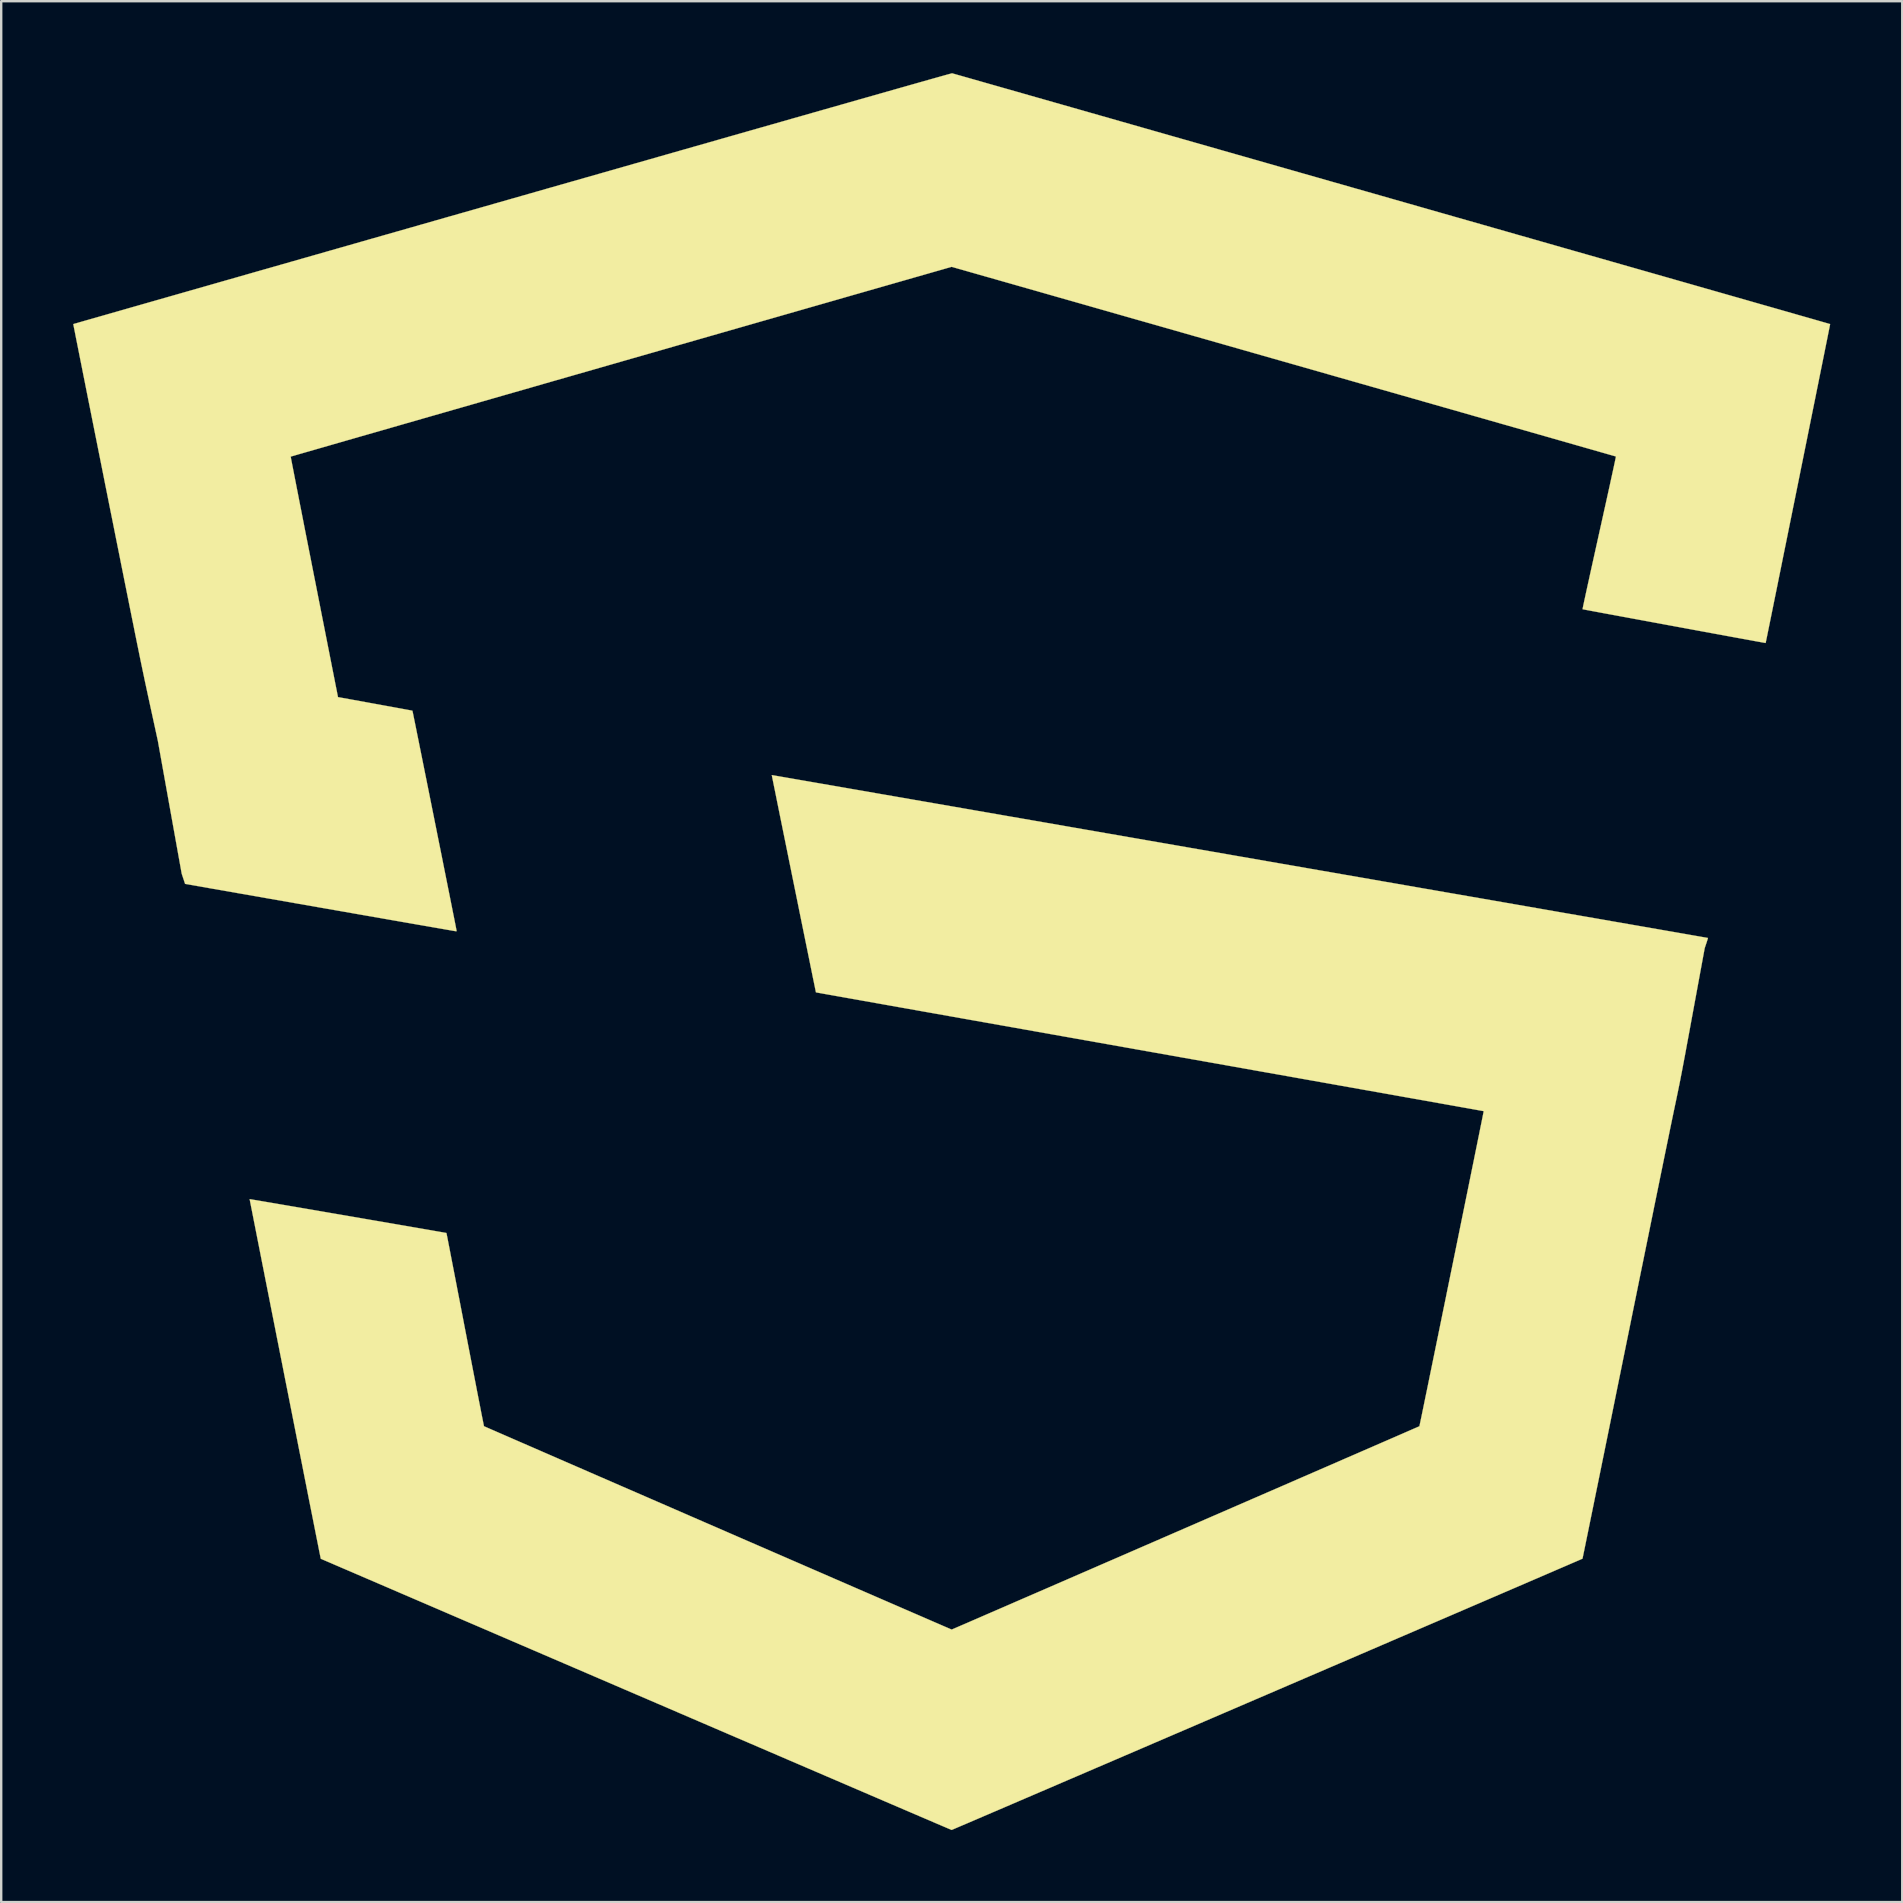
<source format=kicad_pcb>
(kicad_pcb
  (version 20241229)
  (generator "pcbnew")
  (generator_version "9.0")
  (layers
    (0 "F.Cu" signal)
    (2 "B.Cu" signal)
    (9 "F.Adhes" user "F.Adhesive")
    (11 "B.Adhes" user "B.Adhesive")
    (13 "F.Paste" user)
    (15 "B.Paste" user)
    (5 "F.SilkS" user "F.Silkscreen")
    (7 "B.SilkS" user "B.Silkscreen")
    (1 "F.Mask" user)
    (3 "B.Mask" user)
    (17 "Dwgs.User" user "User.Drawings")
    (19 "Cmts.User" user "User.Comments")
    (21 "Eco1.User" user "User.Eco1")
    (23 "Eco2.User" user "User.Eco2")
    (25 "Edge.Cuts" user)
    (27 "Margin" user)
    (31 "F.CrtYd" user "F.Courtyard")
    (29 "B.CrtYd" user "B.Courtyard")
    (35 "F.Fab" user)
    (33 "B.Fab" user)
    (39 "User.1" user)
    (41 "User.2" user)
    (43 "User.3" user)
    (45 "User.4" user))
  (footprint "SCShield"
    (layer "F.Cu")
    (at 36.603 36.603)
    (property "Reference" "SCShield" (at 0 0 0) (layer "F.SilkS") (effects (font (size 1.524 1.524) (thickness 0.3))))
    (attr through_hole)
    (fp_poly (pts (xy 10.248 -19.156) (xy 10.704 -19.027) (xy 11.156 -18.899) (xy 11.602 -18.773) (xy 12.043 -18.649) (xy 12.477 -18.526) (xy 12.904 -18.405) (xy 13.324 -18.286) (xy 13.737 -18.169) (xy 14.142 -18.055) (xy 14.538 -17.943) (xy 14.926 -17.833) (xy 15.304 -17.726) (xy 15.673 -17.622) (xy 16.032 -17.52) (xy 16.38 -17.422) (xy 16.717 -17.327) (xy 17.042 -17.235) (xy 17.356 -17.146) (xy 17.658 -17.06) (xy 17.946 -16.979) (xy 18.222 -16.901) (xy 18.484 -16.827) (xy 18.732 -16.756) (xy 18.966 -16.69) (xy 19.185 -16.628) (xy 19.389 -16.57) (xy 19.577 -16.517) (xy 19.748 -16.469) (xy 19.903 -16.425) (xy 20.042 -16.385) (xy 20.162 -16.351) (xy 20.265 -16.322) (xy 20.35 -16.298) (xy 20.416 -16.279) (xy 20.462 -16.266) (xy 20.49 -16.258) (xy 20.497 -16.256) (xy 20.495 -16.246) (xy 20.489 -16.215) (xy 20.48 -16.165) (xy 20.466 -16.097) (xy 20.45 -16.011) (xy 20.429 -15.909) (xy 20.406 -15.79) (xy 20.379 -15.656) (xy 20.35 -15.507) (xy 20.318 -15.345) (xy 20.283 -15.169) (xy 20.246 -14.982) (xy 20.206 -14.783) (xy 20.164 -14.573) (xy 20.12 -14.354) (xy 20.075 -14.125) (xy 20.028 -13.888) (xy 19.979 -13.643) (xy 19.929 -13.392) (xy 19.877 -13.135) (xy 19.825 -12.872) (xy 19.772 -12.605) (xy 19.718 -12.334) (xy 19.663 -12.061) (xy 19.608 -11.785) (xy 19.553 -11.508) (xy 19.497 -11.23) (xy 19.442 -10.953) (xy 19.386 -10.677) (xy 19.332 -10.402) (xy 19.277 -10.13) (xy 19.223 -9.861) (xy 19.17 -9.597) (xy 19.118 -9.337) (xy 19.067 -9.083) (xy 19.018 -8.835) (xy 18.97 -8.595) (xy 18.923 -8.362) (xy 18.878 -8.139) (xy 18.835 -7.925) (xy 18.794 -7.721) (xy 18.756 -7.528) (xy 18.719 -7.347) (xy 18.685 -7.179) (xy 18.654 -7.024) (xy 18.626 -6.884) (xy 18.6 -6.758) (xy 18.578 -6.649) (xy 18.559 -6.555) (xy 18.544 -6.479) (xy 18.532 -6.422) (xy 18.524 -6.383) (xy 18.52 -6.363) (xy 18.519 -6.361) (xy 18.508 -6.363) (xy 18.477 -6.368) (xy 18.427 -6.376) (xy 18.358 -6.388) (xy 18.272 -6.404) (xy 18.168 -6.423) (xy 18.047 -6.444) (xy 17.911 -6.469) (xy 17.76 -6.497) (xy 17.595 -6.527) (xy 17.416 -6.559) (xy 17.224 -6.594) (xy 17.021 -6.632) (xy 16.806 -6.671) (xy 16.58 -6.713) (xy 16.345 -6.756) (xy 16.1 -6.801) (xy 15.847 -6.848) (xy 15.586 -6.896) (xy 15.318 -6.945) (xy 15.045 -6.996) (xy 14.765 -7.047) (xy 14.698 -7.06) (xy 10.882 -7.766) (xy 10.888 -7.803) (xy 10.892 -7.818) (xy 10.899 -7.852) (xy 10.911 -7.904) (xy 10.928 -7.973) (xy 10.948 -8.058) (xy 10.971 -8.157) (xy 10.998 -8.27) (xy 11.027 -8.395) (xy 11.059 -8.531) (xy 11.094 -8.677) (xy 11.131 -8.831) (xy 11.169 -8.993) (xy 11.209 -9.161) (xy 11.239 -9.285) (xy 11.279 -9.456) (xy 11.318 -9.621) (xy 11.356 -9.779) (xy 11.391 -9.93) (xy 11.424 -10.071) (xy 11.455 -10.201) (xy 11.482 -10.321) (xy 11.507 -10.427) (xy 11.528 -10.52) (xy 11.545 -10.598) (xy 11.559 -10.659) (xy 11.568 -10.703) (xy 11.573 -10.729) (xy 11.573 -10.735) (xy 11.563 -10.739) (xy 11.532 -10.748) (xy 11.483 -10.763) (xy 11.414 -10.783) (xy 11.328 -10.808) (xy 11.225 -10.839) (xy 11.104 -10.874) (xy 10.967 -10.914) (xy 10.814 -10.959) (xy 10.647 -11.008) (xy 10.464 -11.062) (xy 10.268 -11.12) (xy 10.058 -11.181) (xy 9.835 -11.246) (xy 9.6 -11.315) (xy 9.353 -11.388) (xy 9.095 -11.463) (xy 8.826 -11.542) (xy 8.548 -11.624) (xy 8.259 -11.708) (xy 7.962 -11.795) (xy 7.657 -11.885) (xy 7.344 -11.976) (xy 7.024 -12.07) (xy 6.697 -12.166) (xy 6.364 -12.263) (xy 6.025 -12.362) (xy 5.783 -12.433) (xy 0.003 -14.125) (xy -5.711 -12.432) (xy -6.051 -12.331) (xy -6.386 -12.232) (xy -6.715 -12.134) (xy -7.037 -12.039) (xy -7.353 -11.945) (xy -7.662 -11.853) (xy -7.963 -11.764) (xy -8.255 -11.677) (xy -8.538 -11.593) (xy -8.811 -11.512) (xy -9.075 -11.434) (xy -9.327 -11.359) (xy -9.568 -11.288) (xy -9.797 -11.22) (xy -10.014 -11.155) (xy -10.217 -11.095) (xy -10.407 -11.039) (xy -10.583 -10.986) (xy -10.743 -10.939) (xy -10.889 -10.895) (xy -11.018 -10.857) (xy -11.131 -10.823) (xy -11.226 -10.795) (xy -11.304 -10.772) (xy -11.364 -10.754) (xy -11.405 -10.741) (xy -11.427 -10.735) (xy -11.43 -10.734) (xy -11.428 -10.723) (xy -11.422 -10.692) (xy -11.413 -10.642) (xy -11.399 -10.572) (xy -11.382 -10.484) (xy -11.361 -10.378) (xy -11.337 -10.254) (xy -11.31 -10.113) (xy -11.279 -9.955) (xy -11.245 -9.782) (xy -11.208 -9.593) (xy -11.168 -9.39) (xy -11.125 -9.172) (xy -11.08 -8.94) (xy -11.031 -8.695) (xy -10.981 -8.437) (xy -10.928 -8.168) (xy -10.872 -7.886) (xy -10.815 -7.593) (xy -10.755 -7.29) (xy -10.693 -6.977) (xy -10.63 -6.654) (xy -10.565 -6.322) (xy -10.498 -5.982) (xy -10.429 -5.634) (xy -10.359 -5.279) (xy -10.288 -4.917) (xy -10.215 -4.548) (xy -10.142 -4.174) (xy -10.067 -3.795) (xy -9.991 -3.411) (xy -9.915 -3.022) (xy -9.837 -2.63) (xy -9.76 -2.236) (xy -9.681 -1.838) (xy -9.603 -1.439) (xy -9.524 -1.038) (xy -9.444 -0.636) (xy -9.365 -0.234) (xy -9.286 0.168) (xy -9.207 0.569) (xy -9.128 0.969) (xy -9.049 1.367) (xy -8.971 1.763) (xy -8.894 2.156) (xy -8.817 2.545) (xy -8.741 2.931) (xy -8.665 3.312) (xy -8.591 3.689) (xy -8.518 4.059) (xy -8.446 4.424) (xy -8.375 4.782) (xy -8.306 5.133) (xy -8.238 5.476) (xy -8.172 5.811) (xy -8.108 6.137) (xy -8.045 6.454) (xy -7.984 6.761) (xy -7.926 7.058) (xy -7.869 7.344) (xy -7.815 7.618) (xy -7.763 7.881) (xy -7.714 8.131) (xy -7.667 8.368) (xy -7.622 8.591) (xy -7.581 8.8) (xy -7.542 8.994) (xy -7.507 9.174) (xy -7.474 9.337) (xy -7.445 9.484) (xy -7.419 9.615) (xy -7.397 9.728) (xy -7.378 9.823) (xy -7.362 9.9) (xy -7.351 9.958) (xy -7.343 9.996) (xy -7.339 10.014) (xy -7.339 10.016) (xy -7.328 10.021) (xy -7.299 10.034) (xy -7.252 10.055) (xy -7.187 10.084) (xy -7.106 10.119) (xy -7.008 10.161) (xy -6.895 10.21) (xy -6.767 10.264) (xy -6.625 10.325) (xy -6.47 10.392) (xy -6.301 10.463) (xy -6.121 10.54) (xy -5.929 10.622) (xy -5.727 10.708) (xy -5.515 10.798) (xy -5.293 10.893) (xy -5.062 10.991) (xy -4.824 11.092) (xy -4.578 11.196) (xy -4.325 11.303) (xy -4.067 11.413) (xy -3.803 11.524) (xy -3.663 11.584) (xy 0.003 13.135) (xy 3.668 11.585) (xy 3.934 11.472) (xy 4.195 11.362) (xy 4.451 11.254) (xy 4.7 11.148) (xy 4.943 11.046) (xy 5.177 10.946) (xy 5.404 10.85) (xy 5.621 10.758) (xy 5.828 10.67) (xy 6.026 10.587) (xy 6.212 10.508) (xy 6.386 10.434) (xy 6.548 10.365) (xy 6.697 10.302) (xy 6.833 10.244) (xy 6.953 10.193) (xy 7.059 10.148) (xy 7.149 10.11) (xy 7.222 10.078) (xy 7.279 10.054) (xy 7.317 10.038) (xy 7.337 10.029) (xy 7.34 10.027) (xy 7.343 10.016) (xy 7.35 9.985) (xy 7.36 9.937) (xy 7.373 9.871) (xy 7.389 9.79) (xy 7.407 9.695) (xy 7.428 9.587) (xy 7.451 9.468) (xy 7.476 9.339) (xy 7.502 9.202) (xy 7.529 9.057) (xy 7.557 8.906) (xy 7.558 8.901) (xy 7.587 8.75) (xy 7.614 8.605) (xy 7.64 8.467) (xy 7.665 8.338) (xy 7.687 8.218) (xy 7.708 8.11) (xy 7.727 8.015) (xy 7.742 7.934) (xy 7.755 7.867) (xy 7.765 7.818) (xy 7.772 7.787) (xy 7.775 7.775) (xy 7.775 7.775) (xy 7.786 7.776) (xy 7.816 7.781) (xy 7.866 7.789) (xy 7.934 7.799) (xy 8.02 7.813) (xy 8.121 7.83) (xy 8.239 7.849) (xy 8.371 7.87) (xy 8.516 7.894) (xy 8.675 7.92) (xy 8.845 7.948) (xy 9.027 7.978) (xy 9.218 8.01) (xy 9.419 8.043) (xy 9.629 8.078) (xy 9.845 8.113) (xy 10.069 8.15) (xy 10.298 8.188) (xy 10.532 8.227) (xy 10.77 8.266) (xy 11.01 8.306) (xy 11.253 8.347) (xy 11.498 8.387) (xy 11.742 8.428) (xy 11.986 8.468) (xy 12.229 8.509) (xy 12.469 8.549) (xy 12.706 8.588) (xy 12.939 8.627) (xy 13.166 8.665) (xy 13.388 8.702) (xy 13.603 8.738) (xy 13.811 8.772) (xy 14.009 8.806) (xy 14.199 8.837) (xy 14.378 8.867) (xy 14.545 8.895) (xy 14.701 8.921) (xy 14.843 8.945) (xy 14.971 8.967) (xy 15.085 8.986) (xy 15.183 9.003) (xy 15.264 9.017) (xy 15.328 9.028) (xy 15.373 9.036) (xy 15.399 9.041) (xy 15.405 9.042) (xy 15.404 9.053) (xy 15.398 9.083) (xy 15.389 9.133) (xy 15.376 9.201) (xy 15.36 9.287) (xy 15.34 9.39) (xy 15.317 9.508) (xy 15.291 9.642) (xy 15.262 9.79) (xy 15.23 9.952) (xy 15.195 10.126) (xy 15.158 10.313) (xy 15.119 10.51) (xy 15.078 10.719) (xy 15.035 10.936) (xy 14.99 11.163) (xy 14.943 11.398) (xy 14.895 11.64) (xy 14.845 11.888) (xy 14.794 12.142) (xy 14.777 12.228) (xy 14.14 15.409) (xy 7.078 18.446) (xy 6.708 18.605) (xy 6.343 18.762) (xy 5.983 18.917) (xy 5.628 19.069) (xy 5.28 19.219) (xy 4.939 19.365) (xy 4.605 19.509) (xy 4.278 19.649) (xy 3.96 19.786) (xy 3.65 19.919) (xy 3.349 20.048) (xy 3.059 20.173) (xy 2.778 20.293) (xy 2.507 20.409) (xy 2.248 20.521) (xy 2 20.627) (xy 1.765 20.728) (xy 1.542 20.824) (xy 1.332 20.914) (xy 1.135 20.998) (xy 0.952 21.076) (xy 0.784 21.148) (xy 0.631 21.214) (xy 0.493 21.272) (xy 0.371 21.325) (xy 0.266 21.37) (xy 0.177 21.407) (xy 0.106 21.438) (xy 0.052 21.46) (xy 0.017 21.475) (xy 0.001 21.481) (xy 0 21.482) (xy -0.01 21.478) (xy -0.04 21.465) (xy -0.088 21.445) (xy -0.154 21.416) (xy -0.237 21.38) (xy -0.337 21.337) (xy -0.454 21.287) (xy -0.587 21.229) (xy -0.735 21.165) (xy -0.898 21.094) (xy -1.076 21.017) (xy -1.268 20.934) (xy -1.474 20.845) (xy -1.692 20.75) (xy -1.924 20.65) (xy -2.167 20.545) (xy -2.422 20.434) (xy -2.688 20.319) (xy -2.965 20.199) (xy -3.252 20.074) (xy -3.549 19.945) (xy -3.855 19.813) (xy -4.169 19.676) (xy -4.492 19.536) (xy -4.823 19.392) (xy -5.161 19.246) (xy -5.505 19.096) (xy -5.856 18.944) (xy -6.213 18.789) (xy -6.575 18.631) (xy -6.942 18.472) (xy -6.991 18.451) (xy -7.359 18.291) (xy -7.721 18.133) (xy -8.079 17.978) (xy -8.431 17.825) (xy -8.776 17.675) (xy -9.115 17.528) (xy -9.447 17.384) (xy -9.77 17.243) (xy -10.086 17.106) (xy -10.393 16.972) (xy -10.691 16.843) (xy -10.979 16.717) (xy -11.258 16.596) (xy -11.525 16.48) (xy -11.782 16.368) (xy -12.027 16.262) (xy -12.26 16.16) (xy -12.48 16.065) (xy -12.687 15.974) (xy -12.881 15.89) (xy -13.061 15.812) (xy -13.226 15.74) (xy -13.376 15.674) (xy -13.511 15.616) (xy -13.63 15.564) (xy -13.732 15.519) (xy -13.818 15.482) (xy -13.886 15.452) (xy -13.936 15.43) (xy -13.968 15.416) (xy -13.981 15.41) (xy -13.981 15.41) (xy -13.984 15.399) (xy -13.99 15.368) (xy -14.001 15.318) (xy -14.015 15.247) (xy -14.033 15.158) (xy -14.055 15.05) (xy -14.081 14.924) (xy -14.11 14.78) (xy -14.143 14.619) (xy -14.179 14.441) (xy -14.218 14.247) (xy -14.261 14.037) (xy -14.307 13.811) (xy -14.355 13.57) (xy -14.407 13.314) (xy -14.462 13.045) (xy -14.519 12.761) (xy -14.579 12.464) (xy -14.641 12.154) (xy -14.706 11.831) (xy -14.774 11.497) (xy -14.844 11.15) (xy -14.916 10.793) (xy -14.99 10.425) (xy -15.066 10.046) (xy -15.145 9.658) (xy -15.225 9.26) (xy -15.307 8.853) (xy -15.39 8.437) (xy -15.476 8.014) (xy -15.563 7.582) (xy -15.651 7.143) (xy -15.741 6.698) (xy -15.832 6.246) (xy -15.924 5.788) (xy -16.017 5.324) (xy -16.112 4.855) (xy -16.207 4.382) (xy -16.303 3.904) (xy -16.4 3.423) (xy -16.498 2.938) (xy -16.596 2.45) (xy -16.694 1.959) (xy -16.793 1.467) (xy -16.893 0.973) (xy -16.992 0.477) (xy -17.092 -0.019) (xy -17.192 -0.515) (xy -17.292 -1.012) (xy -17.392 -1.508) (xy -17.491 -2.003) (xy -17.59 -2.496) (xy -17.689 -2.988) (xy -17.788 -3.478) (xy -17.885 -3.964) (xy -17.983 -4.448) (xy -18.079 -4.928) (xy -18.175 -5.404) (xy -18.27 -5.876) (xy -18.363 -6.343) (xy -18.456 -6.805) (xy -18.548 -7.261) (xy -18.638 -7.71) (xy -18.727 -8.153) (xy -18.815 -8.59) (xy -18.901 -9.018) (xy -18.985 -9.439) (xy -19.068 -9.851) (xy -19.149 -10.255) (xy -19.228 -10.649) (xy -19.305 -11.034) (xy -19.38 -11.409) (xy -19.453 -11.773) (xy -19.524 -12.127) (xy -19.593 -12.469) (xy -19.659 -12.799) (xy -19.723 -13.117) (xy -19.784 -13.422) (xy -19.842 -13.714) (xy -19.898 -13.993) (xy -19.951 -14.257) (xy -20.001 -14.507) (xy -20.048 -14.743) (xy -20.092 -14.963) (xy -20.133 -15.167) (xy -20.171 -15.356) (xy -20.205 -15.527) (xy -20.236 -15.682) (xy -20.263 -15.819) (xy -20.287 -15.939) (xy -20.307 -16.04) (xy -20.323 -16.122) (xy -20.335 -16.185) (xy -20.344 -16.228) (xy -20.348 -16.252) (xy -20.349 -16.256) (xy -20.338 -16.259) (xy -20.308 -16.268) (xy -20.258 -16.282) (xy -20.189 -16.302) (xy -20.102 -16.327) (xy -19.996 -16.357) (xy -19.873 -16.392) (xy -19.732 -16.432) (xy -19.574 -16.477) (xy -19.4 -16.527) (xy -19.21 -16.581) (xy -19.004 -16.64) (xy -18.783 -16.703) (xy -18.547 -16.77) (xy -18.297 -16.841) (xy -18.033 -16.917) (xy -17.756 -16.996) (xy -17.465 -17.079) (xy -17.162 -17.165) (xy -16.847 -17.255) (xy -16.52 -17.348) (xy -16.182 -17.444) (xy -15.832 -17.544) (xy -15.473 -17.646) (xy -15.103 -17.751) (xy -14.724 -17.859) (xy -14.336 -17.97) (xy -13.939 -18.083) (xy -13.533 -18.199) (xy -13.12 -18.316) (xy -12.699 -18.436) (xy -12.272 -18.558) (xy -11.838 -18.681) (xy -11.397 -18.807) (xy -10.951 -18.934) (xy -10.5 -19.062) (xy -10.17 -19.156) (xy 0.003 -22.052) (xy 10.248 -19.156)) (stroke (width 0.01) (type solid)) (fill yes) (layer "F.Mask"))
    (fp_poly (pts (xy 0.032 -36.595) (xy 0.063 -36.586) (xy 0.114 -36.572) (xy 0.183 -36.552) (xy 0.272 -36.527) (xy 0.379 -36.497) (xy 0.504 -36.461) (xy 0.646 -36.421) (xy 0.806 -36.375) (xy 0.982 -36.325) (xy 1.175 -36.27) (xy 1.384 -36.21) (xy 1.609 -36.146) (xy 1.849 -36.078) (xy 2.103 -36.005) (xy 2.372 -35.929) (xy 2.656 -35.848) (xy 2.953 -35.763) (xy 3.263 -35.674) (xy 3.586 -35.582) (xy 3.921 -35.487) (xy 4.269 -35.387) (xy 4.629 -35.285) (xy 4.999 -35.179) (xy 5.381 -35.07) (xy 5.773 -34.958) (xy 6.176 -34.843) (xy 6.588 -34.726) (xy 7.009 -34.605) (xy 7.44 -34.482) (xy 7.879 -34.357) (xy 8.326 -34.229) (xy 8.781 -34.099) (xy 9.243 -33.967) (xy 9.713 -33.833) (xy 10.189 -33.697) (xy 10.671 -33.56) (xy 11.159 -33.42) (xy 11.653 -33.279) (xy 12.151 -33.137) (xy 12.655 -32.993) (xy 13.162 -32.848) (xy 13.673 -32.702) (xy 14.188 -32.555) (xy 14.706 -32.407) (xy 15.227 -32.259) (xy 15.75 -32.109) (xy 16.275 -31.96) (xy 16.801 -31.809) (xy 17.329 -31.659) (xy 17.857 -31.508) (xy 18.385 -31.357) (xy 18.914 -31.206) (xy 19.442 -31.055) (xy 19.969 -30.904) (xy 20.495 -30.754) (xy 21.02 -30.604) (xy 21.542 -30.455) (xy 22.062 -30.307) (xy 22.579 -30.159) (xy 23.093 -30.012) (xy 23.603 -29.866) (xy 24.11 -29.722) (xy 24.612 -29.578) (xy 25.109 -29.436) (xy 25.601 -29.295) (xy 26.088 -29.156) (xy 26.569 -29.019) (xy 27.043 -28.884) (xy 27.51 -28.75) (xy 27.971 -28.618) (xy 28.424 -28.489) (xy 28.869 -28.362) (xy 29.306 -28.237) (xy 29.734 -28.115) (xy 30.153 -27.995) (xy 30.563 -27.878) (xy 30.962 -27.764) (xy 31.352 -27.652) (xy 31.731 -27.544) (xy 32.098 -27.439) (xy 32.455 -27.337) (xy 32.799 -27.239) (xy 33.132 -27.144) (xy 33.451 -27.052) (xy 33.758 -26.964) (xy 34.051 -26.881) (xy 34.331 -26.801) (xy 34.596 -26.725) (xy 34.847 -26.653) (xy 35.083 -26.586) (xy 35.303 -26.522) (xy 35.508 -26.464) (xy 35.697 -26.41) (xy 35.869 -26.361) (xy 36.024 -26.316) (xy 36.162 -26.277) (xy 36.282 -26.242) (xy 36.384 -26.213) (xy 36.467 -26.189) (xy 36.532 -26.17) (xy 36.577 -26.157) (xy 36.603 -26.15) (xy 36.609 -26.148) (xy 36.607 -26.138) (xy 36.601 -26.107) (xy 36.591 -26.057) (xy 36.578 -25.988) (xy 36.56 -25.902) (xy 36.539 -25.797) (xy 36.515 -25.676) (xy 36.488 -25.54) (xy 36.457 -25.387) (xy 36.423 -25.22) (xy 36.387 -25.039) (xy 36.348 -24.844) (xy 36.306 -24.637) (xy 36.262 -24.418) (xy 36.215 -24.187) (xy 36.166 -23.946) (xy 36.116 -23.694) (xy 36.063 -23.434) (xy 36.009 -23.164) (xy 35.953 -22.887) (xy 35.895 -22.602) (xy 35.836 -22.31) (xy 35.776 -22.013) (xy 35.715 -21.71) (xy 35.653 -21.402) (xy 35.59 -21.091) (xy 35.526 -20.776) (xy 35.462 -20.458) (xy 35.397 -20.139) (xy 35.333 -19.818) (xy 35.268 -19.496) (xy 35.203 -19.175) (xy 35.138 -18.854) (xy 35.073 -18.535) (xy 35.009 -18.217) (xy 34.945 -17.902) (xy 34.882 -17.591) (xy 34.82 -17.284) (xy 34.759 -16.981) (xy 34.698 -16.684) (xy 34.639 -16.392) (xy 34.582 -16.108) (xy 34.526 -15.831) (xy 34.471 -15.562) (xy 34.419 -15.301) (xy 34.368 -15.05) (xy 34.319 -14.81) (xy 34.272 -14.579) (xy 34.228 -14.361) (xy 34.186 -14.154) (xy 34.147 -13.96) (xy 34.11 -13.779) (xy 34.076 -13.613) (xy 34.045 -13.461) (xy 34.017 -13.325) (xy 33.993 -13.205) (xy 33.972 -13.102) (xy 33.954 -13.016) (xy 33.94 -12.948) (xy 33.93 -12.899) (xy 33.924 -12.869) (xy 33.922 -12.859) (xy 33.911 -12.861) (xy 33.881 -12.866) (xy 33.831 -12.875) (xy 33.764 -12.887) (xy 33.679 -12.903) (xy 33.577 -12.921) (xy 33.461 -12.942) (xy 33.329 -12.967) (xy 33.184 -12.993) (xy 33.026 -13.022) (xy 32.856 -13.053) (xy 32.675 -13.086) (xy 32.484 -13.121) (xy 32.284 -13.158) (xy 32.075 -13.197) (xy 31.859 -13.236) (xy 31.636 -13.277) (xy 31.408 -13.319) (xy 31.175 -13.362) (xy 30.937 -13.406) (xy 30.697 -13.45) (xy 30.455 -13.495) (xy 30.211 -13.54) (xy 29.967 -13.585) (xy 29.723 -13.63) (xy 29.481 -13.675) (xy 29.241 -13.719) (xy 29.004 -13.763) (xy 28.772 -13.806) (xy 28.544 -13.848) (xy 28.322 -13.889) (xy 28.107 -13.929) (xy 27.9 -13.967) (xy 27.701 -14.004) (xy 27.511 -14.039) (xy 27.332 -14.072) (xy 27.164 -14.103) (xy 27.008 -14.132) (xy 26.865 -14.159) (xy 26.736 -14.183) (xy 26.621 -14.204) (xy 26.522 -14.223) (xy 26.44 -14.238) (xy 26.375 -14.251) (xy 26.328 -14.26) (xy 26.301 -14.265) (xy 26.294 -14.267) (xy 26.295 -14.277) (xy 26.3 -14.308) (xy 26.311 -14.36) (xy 26.325 -14.431) (xy 26.345 -14.523) (xy 26.368 -14.634) (xy 26.397 -14.765) (xy 26.429 -14.915) (xy 26.466 -15.084) (xy 26.507 -15.272) (xy 26.553 -15.479) (xy 26.602 -15.705) (xy 26.656 -15.949) (xy 26.714 -16.211) (xy 26.776 -16.491) (xy 26.842 -16.79) (xy 26.912 -17.105) (xy 26.986 -17.439) (xy 26.988 -17.449) (xy 27.063 -17.784) (xy 27.133 -18.101) (xy 27.199 -18.401) (xy 27.262 -18.682) (xy 27.32 -18.946) (xy 27.374 -19.191) (xy 27.424 -19.417) (xy 27.469 -19.625) (xy 27.51 -19.813) (xy 27.547 -19.983) (xy 27.58 -20.133) (xy 27.608 -20.264) (xy 27.632 -20.375) (xy 27.651 -20.467) (xy 27.666 -20.538) (xy 27.676 -20.589) (xy 27.682 -20.62) (xy 27.683 -20.631) (xy 27.671 -20.634) (xy 27.638 -20.644) (xy 27.587 -20.659) (xy 27.516 -20.679) (xy 27.427 -20.704) (xy 27.32 -20.735) (xy 27.195 -20.771) (xy 27.054 -20.811) (xy 26.895 -20.857) (xy 26.72 -20.907) (xy 26.529 -20.961) (xy 26.323 -21.02) (xy 26.102 -21.083) (xy 25.867 -21.151) (xy 25.618 -21.222) (xy 25.355 -21.297) (xy 25.079 -21.376) (xy 24.79 -21.459) (xy 24.489 -21.545) (xy 24.176 -21.634) (xy 23.852 -21.727) (xy 23.518 -21.822) (xy 23.172 -21.921) (xy 22.817 -22.022) (xy 22.453 -22.126) (xy 22.079 -22.233) (xy 21.697 -22.342) (xy 21.306 -22.454) (xy 20.908 -22.568) (xy 20.503 -22.683) (xy 20.091 -22.801) (xy 19.672 -22.921) (xy 19.248 -23.042) (xy 18.818 -23.165) (xy 18.383 -23.289) (xy 17.944 -23.414) (xy 17.501 -23.541) (xy 17.054 -23.668) (xy 16.604 -23.797) (xy 16.151 -23.926) (xy 15.696 -24.056) (xy 15.239 -24.187) (xy 14.78 -24.318) (xy 14.321 -24.449) (xy 13.861 -24.58) (xy 13.401 -24.711) (xy 12.942 -24.842) (xy 12.484 -24.973) (xy 12.026 -25.104) (xy 11.571 -25.234) (xy 11.118 -25.363) (xy 10.668 -25.492) (xy 10.22 -25.619) (xy 9.777 -25.746) (xy 9.337 -25.872) (xy 8.902 -25.996) (xy 8.472 -26.119) (xy 8.047 -26.24) (xy 7.628 -26.359) (xy 7.215 -26.477) (xy 6.809 -26.593) (xy 6.411 -26.707) (xy 6.02 -26.818) (xy 5.637 -26.928) (xy 5.262 -27.035) (xy 4.897 -27.139) (xy 4.541 -27.24) (xy 4.195 -27.339) (xy 3.859 -27.435) (xy 3.535 -27.528) (xy 3.221 -27.617) (xy 2.919 -27.703) (xy 2.629 -27.786) (xy 2.352 -27.865) (xy 2.088 -27.94) (xy 1.838 -28.012) (xy 1.601 -28.079) (xy 1.379 -28.142) (xy 1.172 -28.201) (xy 0.98 -28.256) (xy 0.804 -28.306) (xy 0.644 -28.352) (xy 0.501 -28.393) (xy 0.375 -28.429) (xy 0.266 -28.459) (xy 0.176 -28.485) (xy 0.104 -28.506) (xy 0.051 -28.521) (xy 0.017 -28.53) (xy 0.003 -28.534) (xy 0.003 -28.534) (xy -0.008 -28.531) (xy -0.039 -28.522) (xy -0.089 -28.508) (xy -0.158 -28.489) (xy -0.246 -28.464) (xy -0.352 -28.433) (xy -0.475 -28.398) (xy -0.616 -28.358) (xy -0.773 -28.313) (xy -0.947 -28.263) (xy -1.136 -28.209) (xy -1.341 -28.15) (xy -1.56 -28.088) (xy -1.795 -28.02) (xy -2.043 -27.949) (xy -2.305 -27.874) (xy -2.58 -27.795) (xy -2.867 -27.713) (xy -3.167 -27.627) (xy -3.478 -27.538) (xy -3.801 -27.445) (xy -4.135 -27.35) (xy -4.479 -27.251) (xy -4.833 -27.149) (xy -5.196 -27.045) (xy -5.569 -26.938) (xy -5.95 -26.829) (xy -6.339 -26.717) (xy -6.736 -26.603) (xy -7.141 -26.487) (xy -7.551 -26.369) (xy -7.969 -26.25) (xy -8.392 -26.128) (xy -8.821 -26.005) (xy -9.254 -25.881) (xy -9.692 -25.755) (xy -10.135 -25.628) (xy -10.58 -25.5) (xy -11.029 -25.371) (xy -11.481 -25.242) (xy -11.935 -25.111) (xy -12.391 -24.98) (xy -12.848 -24.849) (xy -13.306 -24.718) (xy -13.765 -24.586) (xy -14.223 -24.454) (xy -14.681 -24.323) (xy -15.138 -24.191) (xy -15.594 -24.061) (xy -16.048 -23.93) (xy -16.5 -23.801) (xy -16.949 -23.672) (xy -17.395 -23.543) (xy -17.837 -23.416) (xy -18.275 -23.291) (xy -18.709 -23.166) (xy -19.138 -23.043) (xy -19.561 -22.921) (xy -19.978 -22.801) (xy -20.389 -22.683) (xy -20.794 -22.567) (xy -21.191 -22.453) (xy -21.58 -22.341) (xy -21.962 -22.232) (xy -22.334 -22.124) (xy -22.698 -22.02) (xy -23.052 -21.918) (xy -23.396 -21.819) (xy -23.73 -21.723) (xy -24.053 -21.63) (xy -24.365 -21.541) (xy -24.665 -21.455) (xy -24.952 -21.372) (xy -25.228 -21.293) (xy -25.49 -21.217) (xy -25.738 -21.146) (xy -25.972 -21.078) (xy -26.192 -21.015) (xy -26.397 -20.956) (xy -26.587 -20.901) (xy -26.761 -20.851) (xy -26.919 -20.806) (xy -27.06 -20.765) (xy -27.183 -20.73) (xy -27.289 -20.699) (xy -27.377 -20.673) (xy -27.447 -20.653) (xy -27.497 -20.639) (xy -27.528 -20.629) (xy -27.54 -20.626) (xy -27.54 -20.626) (xy -27.538 -20.615) (xy -27.532 -20.584) (xy -27.523 -20.534) (xy -27.51 -20.465) (xy -27.493 -20.378) (xy -27.473 -20.273) (xy -27.449 -20.151) (xy -27.422 -20.012) (xy -27.392 -19.858) (xy -27.359 -19.689) (xy -27.323 -19.506) (xy -27.285 -19.309) (xy -27.243 -19.098) (xy -27.2 -18.875) (xy -27.154 -18.641) (xy -27.105 -18.395) (xy -27.055 -18.138) (xy -27.003 -17.872) (xy -26.949 -17.596) (xy -26.893 -17.312) (xy -26.835 -17.019) (xy -26.776 -16.719) (xy -26.715 -16.412) (xy -26.654 -16.1) (xy -26.591 -15.781) (xy -26.564 -15.643) (xy -26.5 -15.323) (xy -26.438 -15.007) (xy -26.377 -14.697) (xy -26.317 -14.394) (xy -26.259 -14.097) (xy -26.202 -13.809) (xy -26.146 -13.528) (xy -26.093 -13.257) (xy -26.041 -12.995) (xy -25.992 -12.744) (xy -25.944 -12.503) (xy -25.899 -12.274) (xy -25.856 -12.057) (xy -25.816 -11.853) (xy -25.778 -11.663) (xy -25.743 -11.486) (xy -25.711 -11.324) (xy -25.683 -11.178) (xy -25.657 -11.048) (xy -25.634 -10.934) (xy -25.615 -10.838) (xy -25.6 -10.759) (xy -25.588 -10.699) (xy -25.58 -10.659) (xy -25.576 -10.638) (xy -25.576 -10.635) (xy -25.569 -10.604) (xy -24.023 -10.323) (xy -23.845 -10.291) (xy -23.673 -10.259) (xy -23.507 -10.229) (xy -23.35 -10.201) (xy -23.201 -10.173) (xy -23.063 -10.148) (xy -22.937 -10.125) (xy -22.823 -10.104) (xy -22.723 -10.085) (xy -22.637 -10.07) (xy -22.568 -10.057) (xy -22.516 -10.047) (xy -22.482 -10.04) (xy -22.468 -10.037) (xy -22.467 -10.037) (xy -22.465 -10.027) (xy -22.459 -9.996) (xy -22.448 -9.947) (xy -22.434 -9.879) (xy -22.417 -9.793) (xy -22.396 -9.691) (xy -22.372 -9.573) (xy -22.345 -9.44) (xy -22.315 -9.292) (xy -22.283 -9.131) (xy -22.248 -8.957) (xy -22.21 -8.772) (xy -22.171 -8.575) (xy -22.129 -8.368) (xy -22.085 -8.151) (xy -22.04 -7.926) (xy -21.993 -7.693) (xy -21.945 -7.453) (xy -21.895 -7.207) (xy -21.845 -6.955) (xy -21.793 -6.699) (xy -21.741 -6.439) (xy -21.688 -6.175) (xy -21.635 -5.91) (xy -21.581 -5.643) (xy -21.528 -5.376) (xy -21.474 -5.109) (xy -21.421 -4.842) (xy -21.368 -4.578) (xy -21.315 -4.316) (xy -21.263 -4.058) (xy -21.212 -3.804) (xy -21.163 -3.555) (xy -21.114 -3.312) (xy -21.067 -3.076) (xy -21.021 -2.847) (xy -20.977 -2.626) (xy -20.934 -2.414) (xy -20.894 -2.213) (xy -20.856 -2.022) (xy -20.82 -1.842) (xy -20.787 -1.675) (xy -20.756 -1.521) (xy -20.728 -1.381) (xy -20.703 -1.255) (xy -20.681 -1.145) (xy -20.663 -1.052) (xy -20.648 -0.975) (xy -20.637 -0.917) (xy -20.629 -0.877) (xy -20.625 -0.857) (xy -20.625 -0.855) (xy -20.634 -0.85) (xy -20.654 -0.848) (xy -20.666 -0.85) (xy -20.699 -0.855) (xy -20.751 -0.864) (xy -20.822 -0.876) (xy -20.911 -0.892) (xy -21.018 -0.91) (xy -21.143 -0.932) (xy -21.284 -0.957) (xy -21.441 -0.984) (xy -21.614 -1.014) (xy -21.801 -1.047) (xy -22.003 -1.082) (xy -22.218 -1.119) (xy -22.446 -1.159) (xy -22.687 -1.201) (xy -22.939 -1.245) (xy -23.203 -1.291) (xy -23.477 -1.339) (xy -23.761 -1.389) (xy -24.054 -1.44) (xy -24.356 -1.493) (xy -24.667 -1.547) (xy -24.985 -1.603) (xy -25.309 -1.66) (xy -25.641 -1.718) (xy -25.977 -1.777) (xy -26.312 -1.835) (xy -31.94 -2.821) (xy -32.081 -3.246) (xy -32.578 -6.014) (xy -33.075 -8.783) (xy -33.424 -10.387) (xy -33.447 -10.492) (xy -33.469 -10.594) (xy -33.491 -10.693) (xy -33.511 -10.789) (xy -33.532 -10.885) (xy -33.552 -10.979) (xy -33.572 -11.072) (xy -33.592 -11.166) (xy -33.613 -11.261) (xy -33.633 -11.356) (xy -33.653 -11.454) (xy -33.674 -11.554) (xy -33.696 -11.656) (xy -33.718 -11.763) (xy -33.741 -11.873) (xy -33.765 -11.988) (xy -33.79 -12.108) (xy -33.816 -12.234) (xy -33.843 -12.366) (xy -33.871 -12.506) (xy -33.901 -12.652) (xy -33.933 -12.807) (xy -33.966 -12.971) (xy -34.001 -13.143) (xy -34.038 -13.326) (xy -34.076 -13.518) (xy -34.117 -13.722) (xy -34.161 -13.937) (xy -34.206 -14.164) (xy -34.255 -14.404) (xy -34.305 -14.657) (xy -34.359 -14.924) (xy -34.415 -15.205) (xy -34.475 -15.501) (xy -34.537 -15.813) (xy -34.603 -16.14) (xy -34.671 -16.484) (xy -34.744 -16.846) (xy -34.82 -17.225) (xy -34.899 -17.622) (xy -34.982 -18.038) (xy -35.07 -18.474) (xy -35.161 -18.93) (xy -35.188 -19.067) (xy -35.265 -19.449) (xy -35.34 -19.827) (xy -35.414 -20.199) (xy -35.487 -20.564) (xy -35.559 -20.923) (xy -35.629 -21.275) (xy -35.698 -21.618) (xy -35.765 -21.954) (xy -35.83 -22.28) (xy -35.893 -22.597) (xy -35.955 -22.905) (xy -36.014 -23.201) (xy -36.071 -23.487) (xy -36.125 -23.761) (xy -36.178 -24.024) (xy -36.227 -24.273) (xy -36.274 -24.51) (xy -36.319 -24.733) (xy -36.36 -24.941) (xy -36.399 -25.135) (xy -36.434 -25.314) (xy -36.467 -25.477) (xy -36.496 -25.623) (xy -36.521 -25.753) (xy -36.543 -25.865) (xy -36.562 -25.959) (xy -36.577 -26.035) (xy -36.588 -26.092) (xy -36.595 -26.13) (xy -36.598 -26.147) (xy -36.598 -26.148) (xy -36.588 -26.151) (xy -36.558 -26.16) (xy -36.508 -26.174) (xy -36.438 -26.194) (xy -36.35 -26.22) (xy -36.242 -26.251) (xy -36.117 -26.287) (xy -35.973 -26.328) (xy -35.811 -26.374) (xy -35.632 -26.425) (xy -35.436 -26.481) (xy -35.223 -26.542) (xy -34.993 -26.608) (xy -34.748 -26.678) (xy -34.486 -26.753) (xy -34.209 -26.833) (xy -33.917 -26.916) (xy -33.61 -27.004) (xy -33.288 -27.096) (xy -32.952 -27.192) (xy -32.602 -27.292) (xy -32.238 -27.396) (xy -31.861 -27.504) (xy -31.472 -27.615) (xy -31.069 -27.73) (xy -30.654 -27.849) (xy -30.228 -27.971) (xy -29.789 -28.096) (xy -29.339 -28.225) (xy -28.878 -28.357) (xy -28.407 -28.491) (xy -27.925 -28.629) (xy -27.433 -28.77) (xy -26.931 -28.913) (xy -26.42 -29.059) (xy -25.9 -29.208) (xy -25.371 -29.359) (xy -24.833 -29.513) (xy -24.288 -29.669) (xy -23.734 -29.827) (xy -23.173 -29.987) (xy -22.605 -30.149) (xy -22.03 -30.314) (xy -21.449 -30.48) (xy -20.861 -30.648) (xy -20.267 -30.817) (xy -19.668 -30.988) (xy -19.064 -31.161) (xy -18.454 -31.335) (xy -18.305 -31.378) (xy -17.517 -31.603) (xy -16.749 -31.823) (xy -16.001 -32.036) (xy -15.273 -32.244) (xy -14.564 -32.446) (xy -13.875 -32.643) (xy -13.205 -32.835) (xy -12.555 -33.02) (xy -11.923 -33.201) (xy -11.31 -33.376) (xy -10.715 -33.546) (xy -10.139 -33.71) (xy -9.58 -33.87) (xy -9.04 -34.024) (xy -8.518 -34.173) (xy -8.013 -34.317) (xy -7.525 -34.456) (xy -7.055 -34.59) (xy -6.602 -34.72) (xy -6.165 -34.844) (xy -5.746 -34.964) (xy -5.342 -35.079) (xy -4.955 -35.189) (xy -4.584 -35.295) (xy -4.229 -35.396) (xy -3.89 -35.493) (xy -3.566 -35.585) (xy -3.258 -35.672) (xy -2.965 -35.756) (xy -2.687 -35.835) (xy -2.423 -35.91) (xy -2.174 -35.981) (xy -1.94 -36.047) (xy -1.72 -36.11) (xy -1.514 -36.168) (xy -1.322 -36.223) (xy -1.143 -36.273) (xy -0.978 -36.32) (xy -0.827 -36.363) (xy -0.688 -36.402) (xy -0.563 -36.437) (xy -0.45 -36.469) (xy -0.35 -36.497) (xy -0.262 -36.522) (xy -0.186 -36.543) (xy -0.123 -36.56) (xy -0.071 -36.574) (xy -0.031 -36.585) (xy -0.002 -36.593) (xy 0.015 -36.597) (xy 0.021 -36.598) (xy 0.032 -36.595)) (stroke (width 0.01) (type solid)) (fill yes) (layer "F.SilkS"))
    (fp_poly (pts (xy -7.482 -7.353) (xy -7.451 -7.348) (xy -7.4 -7.339) (xy -7.329 -7.327) (xy -7.239 -7.311) (xy -7.13 -7.292) (xy -7.003 -7.27) (xy -6.858 -7.245) (xy -6.694 -7.217) (xy -6.514 -7.185) (xy -6.317 -7.151) (xy -6.103 -7.114) (xy -5.873 -7.074) (xy -5.627 -7.031) (xy -5.366 -6.986) (xy -5.089 -6.938) (xy -4.799 -6.888) (xy -4.494 -6.835) (xy -4.175 -6.779) (xy -3.843 -6.722) (xy -3.498 -6.662) (xy -3.141 -6.599) (xy -2.771 -6.535) (xy -2.39 -6.469) (xy -1.997 -6.401) (xy -1.593 -6.33) (xy -1.178 -6.258) (xy -0.753 -6.184) (xy -0.319 -6.109) (xy 0.125 -6.032) (xy 0.579 -5.953) (xy 1.04 -5.872) (xy 1.51 -5.791) (xy 1.988 -5.708) (xy 2.474 -5.623) (xy 2.966 -5.538) (xy 3.465 -5.451) (xy 3.971 -5.363) (xy 4.482 -5.274) (xy 4.999 -5.184) (xy 5.52 -5.093) (xy 6.047 -5.002) (xy 6.578 -4.909) (xy 7.113 -4.816) (xy 7.651 -4.723) (xy 8.193 -4.628) (xy 8.737 -4.534) (xy 9.283 -4.439) (xy 9.832 -4.343) (xy 10.382 -4.248) (xy 10.933 -4.152) (xy 11.485 -4.056) (xy 12.038 -3.959) (xy 12.59 -3.863) (xy 13.142 -3.767) (xy 13.693 -3.671) (xy 14.243 -3.576) (xy 14.792 -3.48) (xy 15.338 -3.385) (xy 15.882 -3.291) (xy 16.423 -3.196) (xy 16.961 -3.103) (xy 17.496 -3.01) (xy 18.026 -2.917) (xy 18.552 -2.826) (xy 19.074 -2.735) (xy 19.59 -2.645) (xy 20.101 -2.556) (xy 20.606 -2.468) (xy 21.104 -2.382) (xy 21.596 -2.296) (xy 22.081 -2.212) (xy 22.558 -2.129) (xy 23.027 -2.047) (xy 23.488 -1.967) (xy 23.94 -1.888) (xy 24.384 -1.811) (xy 24.817 -1.735) (xy 25.241 -1.661) (xy 25.655 -1.589) (xy 26.058 -1.519) (xy 26.45 -1.451) (xy 26.83 -1.385) (xy 27.199 -1.321) (xy 27.555 -1.258) (xy 27.899 -1.199) (xy 28.23 -1.141) (xy 28.547 -1.086) (xy 28.851 -1.033) (xy 29.14 -0.982) (xy 29.415 -0.935) (xy 29.675 -0.889) (xy 29.919 -0.847) (xy 30.148 -0.807) (xy 30.36 -0.77) (xy 30.556 -0.736) (xy 30.735 -0.704) (xy 30.896 -0.676) (xy 31.04 -0.651) (xy 31.166 -0.629) (xy 31.273 -0.61) (xy 31.361 -0.595) (xy 31.43 -0.583) (xy 31.479 -0.574) (xy 31.508 -0.569) (xy 31.517 -0.567) (xy 31.515 -0.556) (xy 31.508 -0.528) (xy 31.495 -0.486) (xy 31.478 -0.433) (xy 31.459 -0.372) (xy 31.452 -0.353) (xy 31.382 -0.143) (xy 30.885 2.557) (xy 30.833 2.839) (xy 30.785 3.101) (xy 30.74 3.344) (xy 30.698 3.571) (xy 30.659 3.781) (xy 30.623 3.975) (xy 30.59 4.156) (xy 30.559 4.324) (xy 30.529 4.48) (xy 30.502 4.626) (xy 30.476 4.762) (xy 30.452 4.89) (xy 30.429 5.011) (xy 30.407 5.125) (xy 30.385 5.235) (xy 30.365 5.341) (xy 30.344 5.445) (xy 30.324 5.547) (xy 30.303 5.648) (xy 30.282 5.751) (xy 30.261 5.855) (xy 30.238 5.963) (xy 30.215 6.075) (xy 30.191 6.192) (xy 30.165 6.316) (xy 30.137 6.447) (xy 30.108 6.587) (xy 30.102 6.612) (xy 30.086 6.69) (xy 30.066 6.788) (xy 30.041 6.906) (xy 30.013 7.043) (xy 29.981 7.198) (xy 29.945 7.371) (xy 29.906 7.562) (xy 29.864 7.769) (xy 29.818 7.992) (xy 29.769 8.23) (xy 29.717 8.483) (xy 29.662 8.751) (xy 29.605 9.032) (xy 29.544 9.327) (xy 29.482 9.634) (xy 29.417 9.953) (xy 29.349 10.283) (xy 29.279 10.624) (xy 29.208 10.976) (xy 29.134 11.337) (xy 29.059 11.707) (xy 28.982 12.085) (xy 28.903 12.471) (xy 28.823 12.865) (xy 28.741 13.265) (xy 28.658 13.672) (xy 28.575 14.083) (xy 28.49 14.5) (xy 28.404 14.921) (xy 28.318 15.346) (xy 28.231 15.774) (xy 28.143 16.205) (xy 28.057 16.628) (xy 27.971 17.051) (xy 27.886 17.47) (xy 27.802 17.882) (xy 27.719 18.289) (xy 27.638 18.689) (xy 27.558 19.083) (xy 27.48 19.468) (xy 27.403 19.846) (xy 27.328 20.215) (xy 27.254 20.576) (xy 27.183 20.927) (xy 27.113 21.268) (xy 27.046 21.599) (xy 26.981 21.918) (xy 26.918 22.227) (xy 26.857 22.524) (xy 26.799 22.808) (xy 26.744 23.08) (xy 26.691 23.338) (xy 26.641 23.583) (xy 26.594 23.813) (xy 26.55 24.029) (xy 26.509 24.23) (xy 26.471 24.415) (xy 26.437 24.583) (xy 26.406 24.735) (xy 26.378 24.87) (xy 26.354 24.988) (xy 26.333 25.087) (xy 26.317 25.168) (xy 26.304 25.23) (xy 26.295 25.272) (xy 26.29 25.294) (xy 26.289 25.298) (xy 26.279 25.302) (xy 26.25 25.315) (xy 26.202 25.336) (xy 26.136 25.365) (xy 26.053 25.401) (xy 25.952 25.444) (xy 25.834 25.495) (xy 25.7 25.553) (xy 25.55 25.618) (xy 25.384 25.689) (xy 25.203 25.767) (xy 25.008 25.852) (xy 24.798 25.942) (xy 24.574 26.039) (xy 24.337 26.141) (xy 24.087 26.248) (xy 23.825 26.362) (xy 23.55 26.48) (xy 23.264 26.603) (xy 22.966 26.731) (xy 22.658 26.864) (xy 22.339 27.001) (xy 22.01 27.143) (xy 21.672 27.288) (xy 21.325 27.438) (xy 20.969 27.591) (xy 20.605 27.748) (xy 20.233 27.908) (xy 19.853 28.071) (xy 19.467 28.237) (xy 19.075 28.406) (xy 18.676 28.577) (xy 18.272 28.751) (xy 17.862 28.928) (xy 17.448 29.106) (xy 17.029 29.286) (xy 16.607 29.468) (xy 16.181 29.651) (xy 15.752 29.835) (xy 15.321 30.021) (xy 14.887 30.207) (xy 14.451 30.395) (xy 14.015 30.582) (xy 13.577 30.771) (xy 13.139 30.959) (xy 12.701 31.147) (xy 12.264 31.335) (xy 11.827 31.523) (xy 11.392 31.71) (xy 10.958 31.897) (xy 10.527 32.082) (xy 10.098 32.267) (xy 9.672 32.45) (xy 9.25 32.631) (xy 8.831 32.811) (xy 8.417 32.989) (xy 8.008 33.165) (xy 7.604 33.339) (xy 7.205 33.51) (xy 6.813 33.679) (xy 6.427 33.845) (xy 6.047 34.007) (xy 5.676 34.167) (xy 5.312 34.324) (xy 4.956 34.476) (xy 4.609 34.625) (xy 4.271 34.771) (xy 3.943 34.912) (xy 3.624 35.048) (xy 3.316 35.181) (xy 3.019 35.308) (xy 2.733 35.431) (xy 2.459 35.549) (xy 2.196 35.662) (xy 1.947 35.769) (xy 1.71 35.87) (xy 1.487 35.966) (xy 1.277 36.056) (xy 1.082 36.14) (xy 0.902 36.217) (xy 0.737 36.288) (xy 0.587 36.352) (xy 0.453 36.409) (xy 0.336 36.459) (xy 0.236 36.502) (xy 0.152 36.538) (xy 0.087 36.566) (xy 0.04 36.586) (xy 0.011 36.598) (xy 0.002 36.601) (xy -0.009 36.597) (xy -0.038 36.585) (xy -0.086 36.564) (xy -0.153 36.536) (xy -0.237 36.5) (xy -0.34 36.456) (xy -0.459 36.405) (xy -0.596 36.347) (xy -0.749 36.281) (xy -0.918 36.208) (xy -1.104 36.129) (xy -1.305 36.043) (xy -1.521 35.95) (xy -1.752 35.851) (xy -1.997 35.746) (xy -2.257 35.634) (xy -2.53 35.517) (xy -2.817 35.394) (xy -3.116 35.265) (xy -3.429 35.131) (xy -3.754 34.991) (xy -4.091 34.847) (xy -4.439 34.697) (xy -4.799 34.542) (xy -5.17 34.383) (xy -5.551 34.219) (xy -5.942 34.051) (xy -6.344 33.878) (xy -6.755 33.702) (xy -7.175 33.521) (xy -7.603 33.337) (xy -8.041 33.149) (xy -8.486 32.957) (xy -8.939 32.763) (xy -9.4 32.565) (xy -9.867 32.364) (xy -10.341 32.16) (xy -10.822 31.953) (xy -11.308 31.744) (xy -11.8 31.532) (xy -12.298 31.318) (xy -12.8 31.102) (xy -13.15 30.952) (xy -13.655 30.735) (xy -14.156 30.519) (xy -14.652 30.306) (xy -15.142 30.095) (xy -15.626 29.887) (xy -16.105 29.681) (xy -16.577 29.478) (xy -17.042 29.278) (xy -17.5 29.081) (xy -17.951 28.887) (xy -18.393 28.697) (xy -18.828 28.51) (xy -19.254 28.326) (xy -19.67 28.147) (xy -20.078 27.972) (xy -20.476 27.801) (xy -20.864 27.634) (xy -21.242 27.471) (xy -21.609 27.313) (xy -21.965 27.16) (xy -22.309 27.012) (xy -22.642 26.869) (xy -22.963 26.731) (xy -23.271 26.598) (xy -23.566 26.471) (xy -23.848 26.35) (xy -24.117 26.234) (xy -24.372 26.125) (xy -24.612 26.021) (xy -24.838 25.924) (xy -25.049 25.833) (xy -25.245 25.749) (xy -25.425 25.672) (xy -25.589 25.601) (xy -25.736 25.538) (xy -25.867 25.481) (xy -25.981 25.432) (xy -26.077 25.391) (xy -26.156 25.357) (xy -26.216 25.331) (xy -26.258 25.313) (xy -26.281 25.303) (xy -26.286 25.301) (xy -26.288 25.29) (xy -26.294 25.26) (xy -26.304 25.21) (xy -26.318 25.141) (xy -26.336 25.053) (xy -26.357 24.948) (xy -26.381 24.826) (xy -26.408 24.688) (xy -26.439 24.534) (xy -26.473 24.365) (xy -26.509 24.182) (xy -26.548 23.985) (xy -26.59 23.774) (xy -26.634 23.551) (xy -26.681 23.316) (xy -26.73 23.07) (xy -26.781 22.813) (xy -26.834 22.546) (xy -26.888 22.269) (xy -26.945 21.984) (xy -27.003 21.691) (xy -27.062 21.39) (xy -27.123 21.083) (xy -27.186 20.769) (xy -27.249 20.449) (xy -27.313 20.125) (xy -27.378 19.796) (xy -27.444 19.463) (xy -27.51 19.128) (xy -27.577 18.79) (xy -27.644 18.45) (xy -27.712 18.109) (xy -27.78 17.767) (xy -27.847 17.426) (xy -27.914 17.085) (xy -27.982 16.745) (xy -28.048 16.408) (xy -28.115 16.073) (xy -28.18 15.741) (xy -28.245 15.413) (xy -28.309 15.09) (xy -28.372 14.772) (xy -28.433 14.459) (xy -28.494 14.153) (xy -28.553 13.854) (xy -28.611 13.563) (xy -28.666 13.28) (xy -28.721 13.006) (xy -28.773 12.741) (xy -28.823 12.487) (xy -28.871 12.243) (xy -28.917 12.011) (xy -28.96 11.791) (xy -29.001 11.583) (xy -29.039 11.389) (xy -29.075 11.209) (xy -29.107 11.044) (xy -29.137 10.893) (xy -29.163 10.759) (xy -29.187 10.641) (xy -29.206 10.541) (xy -29.223 10.458) (xy -29.235 10.393) (xy -29.244 10.347) (xy -29.249 10.322) (xy -29.25 10.315) (xy -29.239 10.317) (xy -29.209 10.322) (xy -29.159 10.33) (xy -29.091 10.342) (xy -29.005 10.356) (xy -28.903 10.373) (xy -28.786 10.393) (xy -28.653 10.416) (xy -28.507 10.441) (xy -28.347 10.468) (xy -28.175 10.497) (xy -27.992 10.529) (xy -27.798 10.562) (xy -27.594 10.597) (xy -27.382 10.633) (xy -27.161 10.671) (xy -26.934 10.71) (xy -26.7 10.75) (xy -26.461 10.791) (xy -26.218 10.833) (xy -25.97 10.876) (xy -25.72 10.919) (xy -25.468 10.962) (xy -25.215 11.005) (xy -24.962 11.049) (xy -24.709 11.092) (xy -24.458 11.136) (xy -24.209 11.179) (xy -23.964 11.221) (xy -23.722 11.262) (xy -23.485 11.303) (xy -23.255 11.343) (xy -23.031 11.382) (xy -22.814 11.419) (xy -22.606 11.455) (xy -22.407 11.49) (xy -22.218 11.522) (xy -22.04 11.553) (xy -21.874 11.582) (xy -21.72 11.608) (xy -21.581 11.633) (xy -21.455 11.655) (xy -21.345 11.674) (xy -21.251 11.69) (xy -21.174 11.704) (xy -21.114 11.714) (xy -21.074 11.722) (xy -21.053 11.726) (xy -21.05 11.726) (xy -21.048 11.737) (xy -21.042 11.767) (xy -21.032 11.817) (xy -21.018 11.886) (xy -21.001 11.973) (xy -20.981 12.076) (xy -20.958 12.197) (xy -20.931 12.333) (xy -20.902 12.484) (xy -20.87 12.65) (xy -20.835 12.83) (xy -20.798 13.022) (xy -20.758 13.227) (xy -20.716 13.443) (xy -20.672 13.671) (xy -20.626 13.908) (xy -20.579 14.155) (xy -20.529 14.41) (xy -20.478 14.674) (xy -20.426 14.945) (xy -20.372 15.222) (xy -20.318 15.506) (xy -20.271 15.749) (xy -20.215 16.037) (xy -20.161 16.32) (xy -20.107 16.596) (xy -20.055 16.866) (xy -20.004 17.129) (xy -19.955 17.383) (xy -19.907 17.629) (xy -19.861 17.865) (xy -19.817 18.091) (xy -19.776 18.306) (xy -19.736 18.509) (xy -19.699 18.7) (xy -19.664 18.877) (xy -19.632 19.041) (xy -19.603 19.191) (xy -19.577 19.325) (xy -19.553 19.443) (xy -19.533 19.544) (xy -19.516 19.629) (xy -19.503 19.695) (xy -19.493 19.742) (xy -19.488 19.77) (xy -19.486 19.778) (xy -19.475 19.782) (xy -19.446 19.795) (xy -19.399 19.816) (xy -19.334 19.845) (xy -19.251 19.881) (xy -19.151 19.925) (xy -19.035 19.975) (xy -18.903 20.033) (xy -18.756 20.097) (xy -18.593 20.168) (xy -18.417 20.245) (xy -18.226 20.328) (xy -18.022 20.417) (xy -17.805 20.511) (xy -17.575 20.611) (xy -17.334 20.716) (xy -17.082 20.826) (xy -16.818 20.941) (xy -16.544 21.06) (xy -16.26 21.184) (xy -15.967 21.312) (xy -15.665 21.443) (xy -15.354 21.578) (xy -15.036 21.717) (xy -14.71 21.859) (xy -14.377 22.003) (xy -14.038 22.151) (xy -13.693 22.301) (xy -13.342 22.453) (xy -12.987 22.608) (xy -12.627 22.764) (xy -12.263 22.923) (xy -11.896 23.082) (xy -11.527 23.243) (xy -11.154 23.405) (xy -10.78 23.568) (xy -10.405 23.731) (xy -10.028 23.895) (xy -9.651 24.058) (xy -9.275 24.222) (xy -8.899 24.386) (xy -8.524 24.549) (xy -8.15 24.711) (xy -7.779 24.872) (xy -7.41 25.033) (xy -7.045 25.191) (xy -6.683 25.349) (xy -6.325 25.504) (xy -5.972 25.658) (xy -5.624 25.809) (xy -5.282 25.957) (xy -4.946 26.104) (xy -4.616 26.247) (xy -4.294 26.387) (xy -3.979 26.524) (xy -3.672 26.657) (xy -3.374 26.786) (xy -3.085 26.912) (xy -2.806 27.033) (xy -2.537 27.15) (xy -2.278 27.262) (xy -2.031 27.37) (xy -1.795 27.472) (xy -1.572 27.569) (xy -1.361 27.66) (xy -1.163 27.746) (xy -0.979 27.826) (xy -0.809 27.9) (xy -0.654 27.967) (xy -0.513 28.028) (xy -0.389 28.082) (xy -0.281 28.129) (xy -0.189 28.168) (xy -0.114 28.201) (xy -0.057 28.225) (xy -0.018 28.242) (xy 0.002 28.25) (xy 0.005 28.251) (xy 0.015 28.247) (xy 0.044 28.235) (xy 0.091 28.214) (xy 0.157 28.186) (xy 0.239 28.15) (xy 0.339 28.107) (xy 0.455 28.057) (xy 0.587 28) (xy 0.735 27.936) (xy 0.897 27.865) (xy 1.074 27.789) (xy 1.264 27.706) (xy 1.468 27.617) (xy 1.685 27.523) (xy 1.915 27.423) (xy 2.156 27.319) (xy 2.409 27.209) (xy 2.672 27.094) (xy 2.946 26.975) (xy 3.23 26.852) (xy 3.523 26.725) (xy 3.826 26.594) (xy 4.136 26.459) (xy 4.455 26.32) (xy 4.781 26.179) (xy 5.113 26.034) (xy 5.452 25.887) (xy 5.798 25.737) (xy 6.148 25.584) (xy 6.503 25.43) (xy 6.863 25.274) (xy 7.227 25.116) (xy 7.594 24.956) (xy 7.964 24.795) (xy 8.336 24.634) (xy 8.71 24.471) (xy 9.085 24.308) (xy 9.462 24.144) (xy 9.839 23.98) (xy 10.215 23.817) (xy 10.591 23.653) (xy 10.966 23.49) (xy 11.34 23.328) (xy 11.711 23.166) (xy 12.08 23.006) (xy 12.445 22.847) (xy 12.807 22.69) (xy 13.165 22.534) (xy 13.518 22.381) (xy 13.866 22.23) (xy 14.208 22.081) (xy 14.544 21.934) (xy 14.874 21.791) (xy 15.196 21.651) (xy 15.511 21.514) (xy 15.818 21.381) (xy 16.116 21.251) (xy 16.404 21.125) (xy 16.684 21.004) (xy 16.953 20.887) (xy 17.211 20.774) (xy 17.459 20.667) (xy 17.694 20.564) (xy 17.918 20.467) (xy 18.129 20.375) (xy 18.327 20.289) (xy 18.511 20.209) (xy 18.681 20.135) (xy 18.836 20.067) (xy 18.976 20.006) (xy 19.101 19.951) (xy 19.209 19.904) (xy 19.301 19.864) (xy 19.375 19.832) (xy 19.432 19.807) (xy 19.471 19.79) (xy 19.491 19.781) (xy 19.494 19.779) (xy 19.497 19.768) (xy 19.504 19.738) (xy 19.514 19.687) (xy 19.529 19.618) (xy 19.547 19.531) (xy 19.569 19.427) (xy 19.594 19.306) (xy 19.622 19.169) (xy 19.654 19.016) (xy 19.688 18.849) (xy 19.725 18.668) (xy 19.765 18.474) (xy 19.808 18.267) (xy 19.853 18.048) (xy 19.9 17.817) (xy 19.949 17.576) (xy 20.001 17.325) (xy 20.054 17.065) (xy 20.109 16.796) (xy 20.166 16.519) (xy 20.224 16.235) (xy 20.284 15.944) (xy 20.344 15.648) (xy 20.406 15.346) (xy 20.468 15.04) (xy 20.532 14.729) (xy 20.596 14.416) (xy 20.66 14.1) (xy 20.725 13.782) (xy 20.79 13.463) (xy 20.856 13.143) (xy 20.921 12.824) (xy 20.986 12.505) (xy 21.051 12.188) (xy 21.115 11.873) (xy 21.178 11.561) (xy 21.241 11.252) (xy 21.303 10.948) (xy 21.364 10.648) (xy 21.424 10.354) (xy 21.483 10.066) (xy 21.54 9.785) (xy 21.595 9.512) (xy 21.649 9.247) (xy 21.701 8.991) (xy 21.752 8.744) (xy 21.799 8.508) (xy 21.845 8.282) (xy 21.889 8.068) (xy 21.929 7.867) (xy 21.968 7.678) (xy 22.003 7.503) (xy 22.035 7.342) (xy 22.065 7.197) (xy 22.091 7.067) (xy 22.114 6.953) (xy 22.133 6.856) (xy 22.149 6.777) (xy 22.161 6.716) (xy 22.169 6.674) (xy 22.173 6.652) (xy 22.173 6.649) (xy 22.163 6.647) (xy 22.132 6.641) (xy 22.08 6.632) (xy 22.009 6.619) (xy 21.919 6.603) (xy 21.81 6.583) (xy 21.682 6.56) (xy 21.536 6.534) (xy 21.373 6.505) (xy 21.192 6.473) (xy 20.993 6.437) (xy 20.779 6.399) (xy 20.548 6.358) (xy 20.301 6.314) (xy 20.038 6.267) (xy 19.761 6.217) (xy 19.468 6.165) (xy 19.162 6.111) (xy 18.841 6.054) (xy 18.507 5.994) (xy 18.16 5.932) (xy 17.8 5.868) (xy 17.427 5.802) (xy 17.042 5.734) (xy 16.646 5.663) (xy 16.238 5.591) (xy 15.82 5.516) (xy 15.391 5.44) (xy 14.952 5.362) (xy 14.503 5.282) (xy 14.044 5.2) (xy 13.577 5.117) (xy 13.101 5.033) (xy 12.617 4.947) (xy 12.125 4.859) (xy 11.625 4.77) (xy 11.119 4.68) (xy 10.606 4.589) (xy 10.086 4.497) (xy 9.56 4.404) (xy 9.029 4.309) (xy 8.493 4.214) (xy 8.258 4.172) (xy 7.72 4.077) (xy 7.187 3.982) (xy 6.659 3.888) (xy 6.137 3.795) (xy 5.621 3.704) (xy 5.111 3.613) (xy 4.609 3.524) (xy 4.113 3.436) (xy 3.626 3.349) (xy 3.146 3.264) (xy 2.675 3.18) (xy 2.213 3.098) (xy 1.76 3.018) (xy 1.317 2.939) (xy 0.883 2.862) (xy 0.46 2.787) (xy 0.048 2.714) (xy -0.353 2.642) (xy -0.743 2.573) (xy -1.121 2.506) (xy -1.486 2.441) (xy -1.839 2.378) (xy -2.179 2.318) (xy -2.505 2.26) (xy -2.818 2.204) (xy -3.116 2.151) (xy -3.4 2.1) (xy -3.669 2.053) (xy -3.923 2.007) (xy -4.161 1.965) (xy -4.382 1.926) (xy -4.588 1.889) (xy -4.776 1.856) (xy -4.947 1.825) (xy -5.101 1.798) (xy -5.236 1.774) (xy -5.354 1.753) (xy -5.452 1.735) (xy -5.531 1.721) (xy -5.591 1.71) (xy -5.631 1.703) (xy -5.65 1.699) (xy -5.652 1.699) (xy -5.654 1.689) (xy -5.661 1.658) (xy -5.671 1.609) (xy -5.685 1.541) (xy -5.702 1.456) (xy -5.723 1.354) (xy -5.747 1.236) (xy -5.775 1.103) (xy -5.805 0.955) (xy -5.837 0.795) (xy -5.873 0.622) (xy -5.91 0.436) (xy -5.95 0.24) (xy -5.992 0.034) (xy -6.036 -0.182) (xy -6.082 -0.406) (xy -6.129 -0.638) (xy -6.178 -0.877) (xy -6.228 -1.122) (xy -6.279 -1.373) (xy -6.331 -1.628) (xy -6.383 -1.886) (xy -6.436 -2.148) (xy -6.49 -2.412) (xy -6.544 -2.677) (xy -6.598 -2.942) (xy -6.652 -3.207) (xy -6.705 -3.471) (xy -6.759 -3.733) (xy -6.811 -3.992) (xy -6.863 -4.248) (xy -6.914 -4.499) (xy -6.964 -4.745) (xy -7.013 -4.985) (xy -7.06 -5.218) (xy -7.106 -5.443) (xy -7.15 -5.66) (xy -7.192 -5.868) (xy -7.232 -6.065) (xy -7.27 -6.252) (xy -7.305 -6.427) (xy -7.338 -6.59) (xy -7.368 -6.739) (xy -7.396 -6.874) (xy -7.42 -6.994) (xy -7.441 -7.098) (xy -7.459 -7.186) (xy -7.473 -7.256) (xy -7.483 -7.308) (xy -7.49 -7.341) (xy -7.492 -7.354) (xy -7.492 -7.355) (xy -7.482 -7.353)) (stroke (width 0.01) (type solid)) (fill yes) (layer "F.SilkS")))
  (gr_rect
    (start -3 -3)
    (end 76.217 76.21)
    (stroke (width 0.1) (type default))
    (fill no)
    (layer "Edge.Cuts")))
</source>
